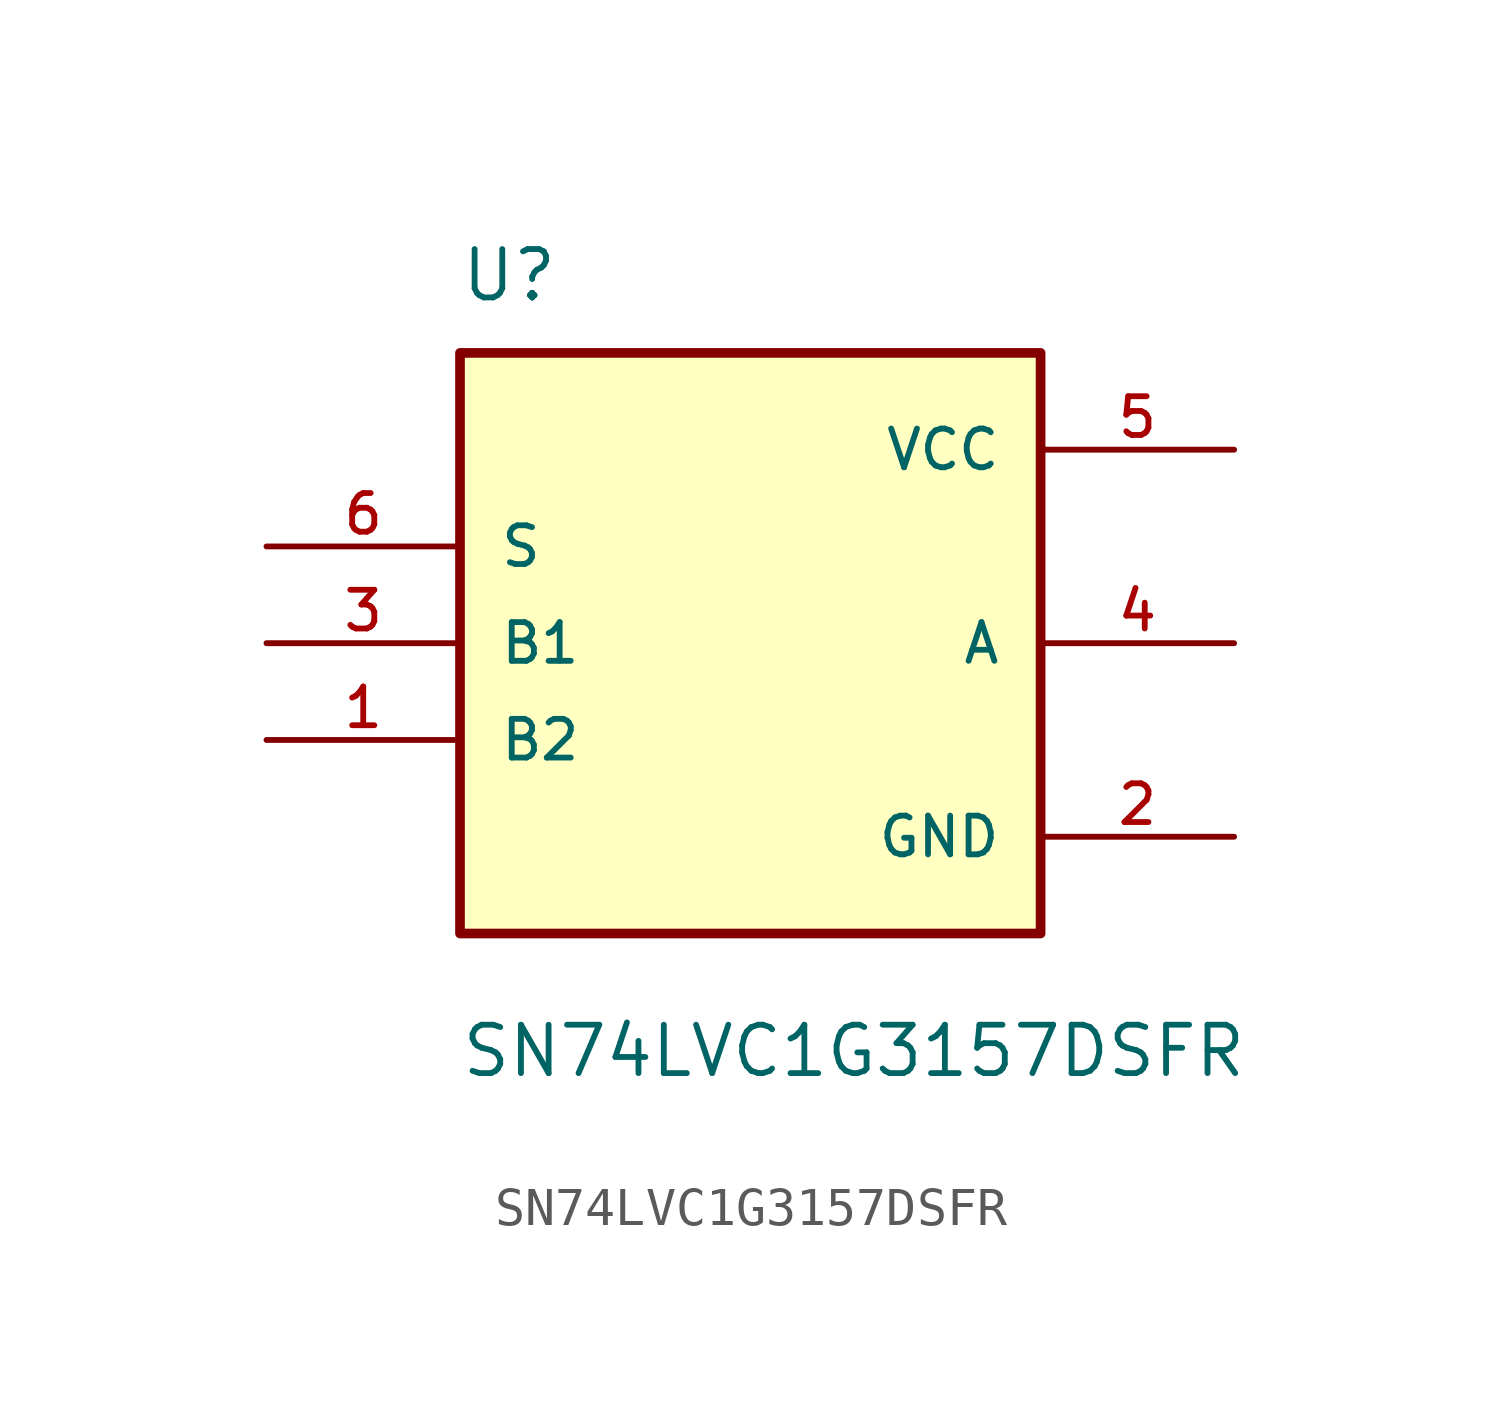
<source format=kicad_sym>
(kicad_symbol_lib
  (version 20211014)
  (generator kicad_symbol_editor)
  (symbol "SN74LVC1G3157DSFR"
    (pin_names
      (offset 1.016))
    (property "Reference" "U"
      (at -7.639 8.912 0)
      (effects (font (size 1.27 1.27)) (justify bottom left)))
    (property "Value" "SN74LVC1G3157DSFR"
      (at -7.632 -11.448 0)
      (effects (font (size 1.27 1.27)) (justify bottom left)))
    (symbol "SN74LVC1G3157DSFR_0_0"
      (rectangle (start -7.62 -7.62) (end 7.62 7.62) (stroke (width 0.254)) (fill (type background)))
      (pin bidirectional line (at -12.7 -2.54 0) (length 5.08) (name "B2" (effects (font (size 1.016 1.016)))) (number "1" (effects (font (size 1.016 1.016)))))
      (pin power_in line (at 12.7 -5.08 180.0) (length 5.08) (name "GND" (effects (font (size 1.016 1.016)))) (number "2" (effects (font (size 1.016 1.016)))))
      (pin bidirectional line (at -12.7 0.0 0) (length 5.08) (name "B1" (effects (font (size 1.016 1.016)))) (number "3" (effects (font (size 1.016 1.016)))))
      (pin bidirectional line (at 12.7 0.0 180.0) (length 5.08) (name "A" (effects (font (size 1.016 1.016)))) (number "4" (effects (font (size 1.016 1.016)))))
      (pin power_in line (at 12.7 5.08 180.0) (length 5.08) (name "VCC" (effects (font (size 1.016 1.016)))) (number "5" (effects (font (size 1.016 1.016)))))
      (pin input line (at -12.7 2.54 0) (length 5.08) (name "S" (effects (font (size 1.016 1.016)))) (number "6" (effects (font (size 1.016 1.016))))))))
</source>
